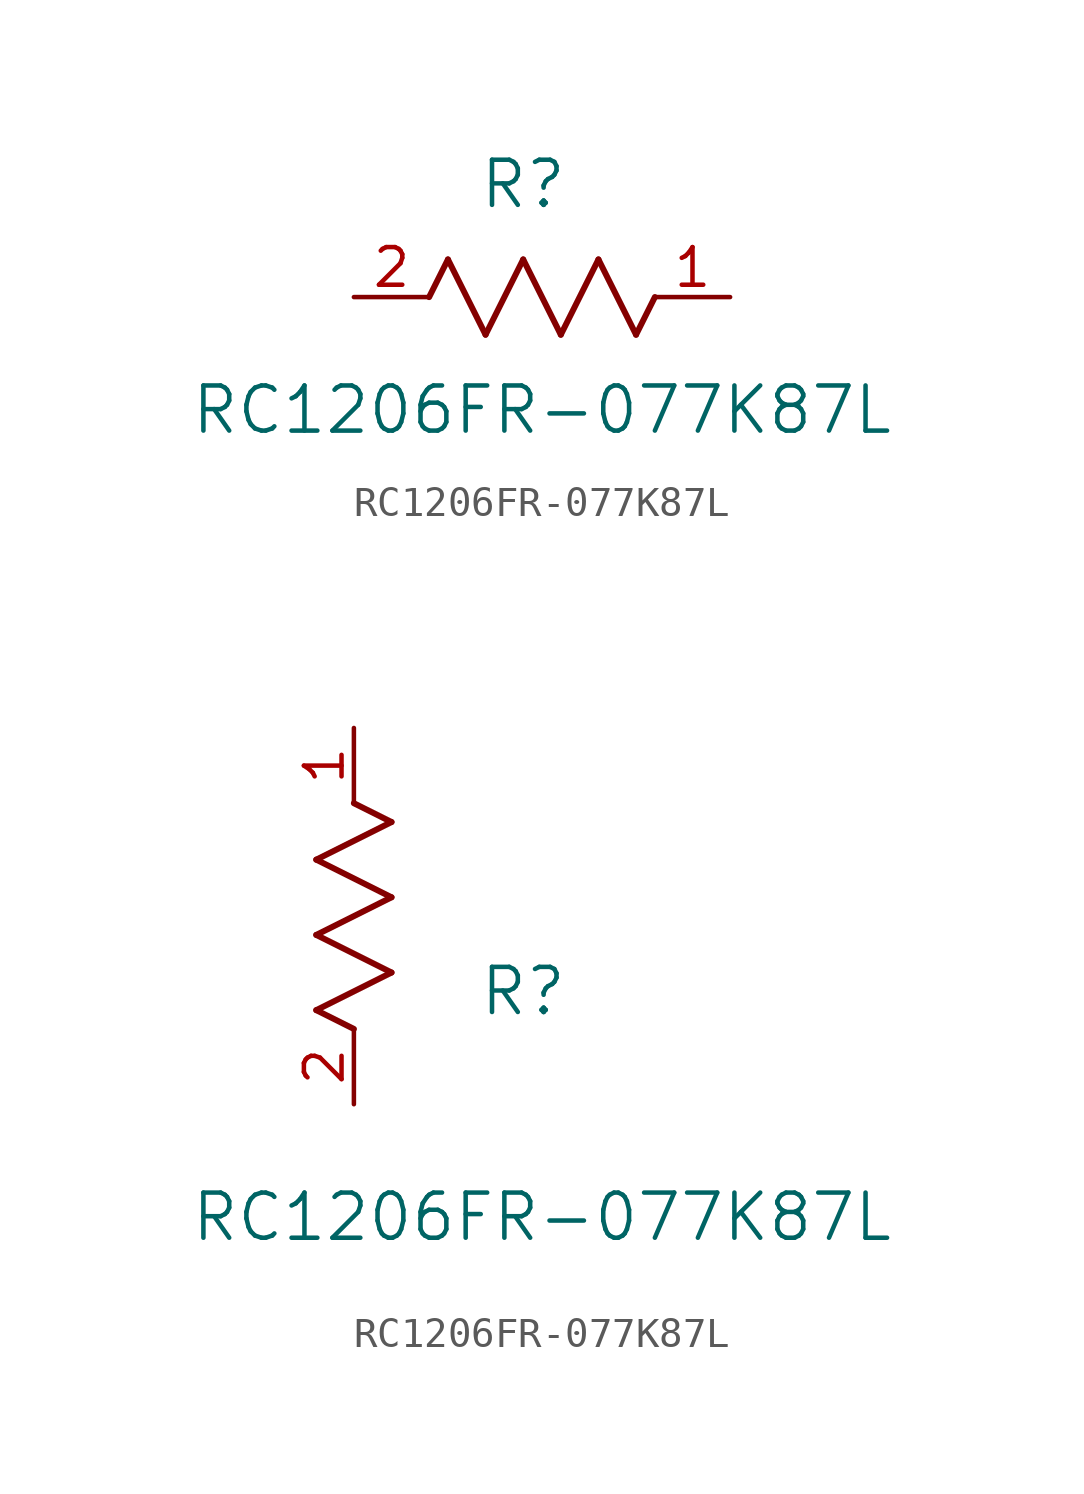
<source format=kicad_sym>
(kicad_symbol_lib
  (version 20211014)
  (generator kicad_symbol_editor)
  (symbol "RC1206FR-077K87L"
    (pin_names
      (offset 0.254))
    (property "Reference" "R"
      (at 5.715 3.81 0)
      (effects (font (size 1.524 1.524))))
    (property "Value" "RC1206FR-077K87L"
      (at 6.35 -3.81 0)
      (effects (font (size 1.524 1.524))))
    (symbol "RC1206FR-077K87L_1_1"
      (polyline (pts (xy 3.175 1.27) (xy 4.445 -1.27)) (stroke (width 0.203) (type default) (color 0 0 0 0)) (fill (type none)))
      (polyline (pts (xy 4.445 -1.27) (xy 5.715 1.27)) (stroke (width 0.203) (type default) (color 0 0 0 0)) (fill (type none)))
      (polyline (pts (xy 5.715 1.27) (xy 6.985 -1.27)) (stroke (width 0.203) (type default) (color 0 0 0 0)) (fill (type none)))
      (polyline (pts (xy 6.985 -1.27) (xy 8.255 1.27)) (stroke (width 0.203) (type default) (color 0 0 0 0)) (fill (type none)))
      (polyline (pts (xy 8.255 1.27) (xy 9.525 -1.27)) (stroke (width 0.203) (type default) (color 0 0 0 0)) (fill (type none)))
      (polyline (pts (xy 2.54 0) (xy 3.175 1.27)) (stroke (width 0.203) (type default) (color 0 0 0 0)) (fill (type none)))
      (polyline (pts (xy 9.525 -1.27) (xy 10.16 0)) (stroke (width 0.203) (type default) (color 0 0 0 0)) (fill (type none)))
      (pin unspecified line (at 12.7 0 180) (length 2.54) (name "" (effects (font (size 1.27 1.27)))) (number "1" (effects (font (size 1.27 1.27)))))
      (pin unspecified line (at 0 0 0) (length 2.54) (name "" (effects (font (size 1.27 1.27)))) (number "2" (effects (font (size 1.27 1.27))))))
    (symbol "RC1206FR-077K87L_1_2"
      (polyline (pts (xy 0 2.54) (xy -1.27 3.175)) (stroke (width 0.203) (type default) (color 0 0 0 0)) (fill (type none)))
      (polyline (pts (xy -1.27 3.175) (xy 1.27 4.445)) (stroke (width 0.203) (type default) (color 0 0 0 0)) (fill (type none)))
      (polyline (pts (xy 1.27 4.445) (xy -1.27 5.715)) (stroke (width 0.203) (type default) (color 0 0 0 0)) (fill (type none)))
      (polyline (pts (xy -1.27 5.715) (xy 1.27 6.985)) (stroke (width 0.203) (type default) (color 0 0 0 0)) (fill (type none)))
      (polyline (pts (xy -1.27 8.255) (xy 1.27 9.525)) (stroke (width 0.203) (type default) (color 0 0 0 0)) (fill (type none)))
      (polyline (pts (xy 1.27 9.525) (xy 0 10.16)) (stroke (width 0.203) (type default) (color 0 0 0 0)) (fill (type none)))
      (polyline (pts (xy 1.27 6.985) (xy -1.27 8.255)) (stroke (width 0.203) (type default) (color 0 0 0 0)) (fill (type none)))
      (pin unspecified line (at 0 12.7 270) (length 2.54) (name "" (effects (font (size 1.27 1.27)))) (number "1" (effects (font (size 1.27 1.27)))))
      (pin unspecified line (at 0 0 90) (length 2.54) (name "" (effects (font (size 1.27 1.27)))) (number "2" (effects (font (size 1.27 1.27))))))))
</source>
